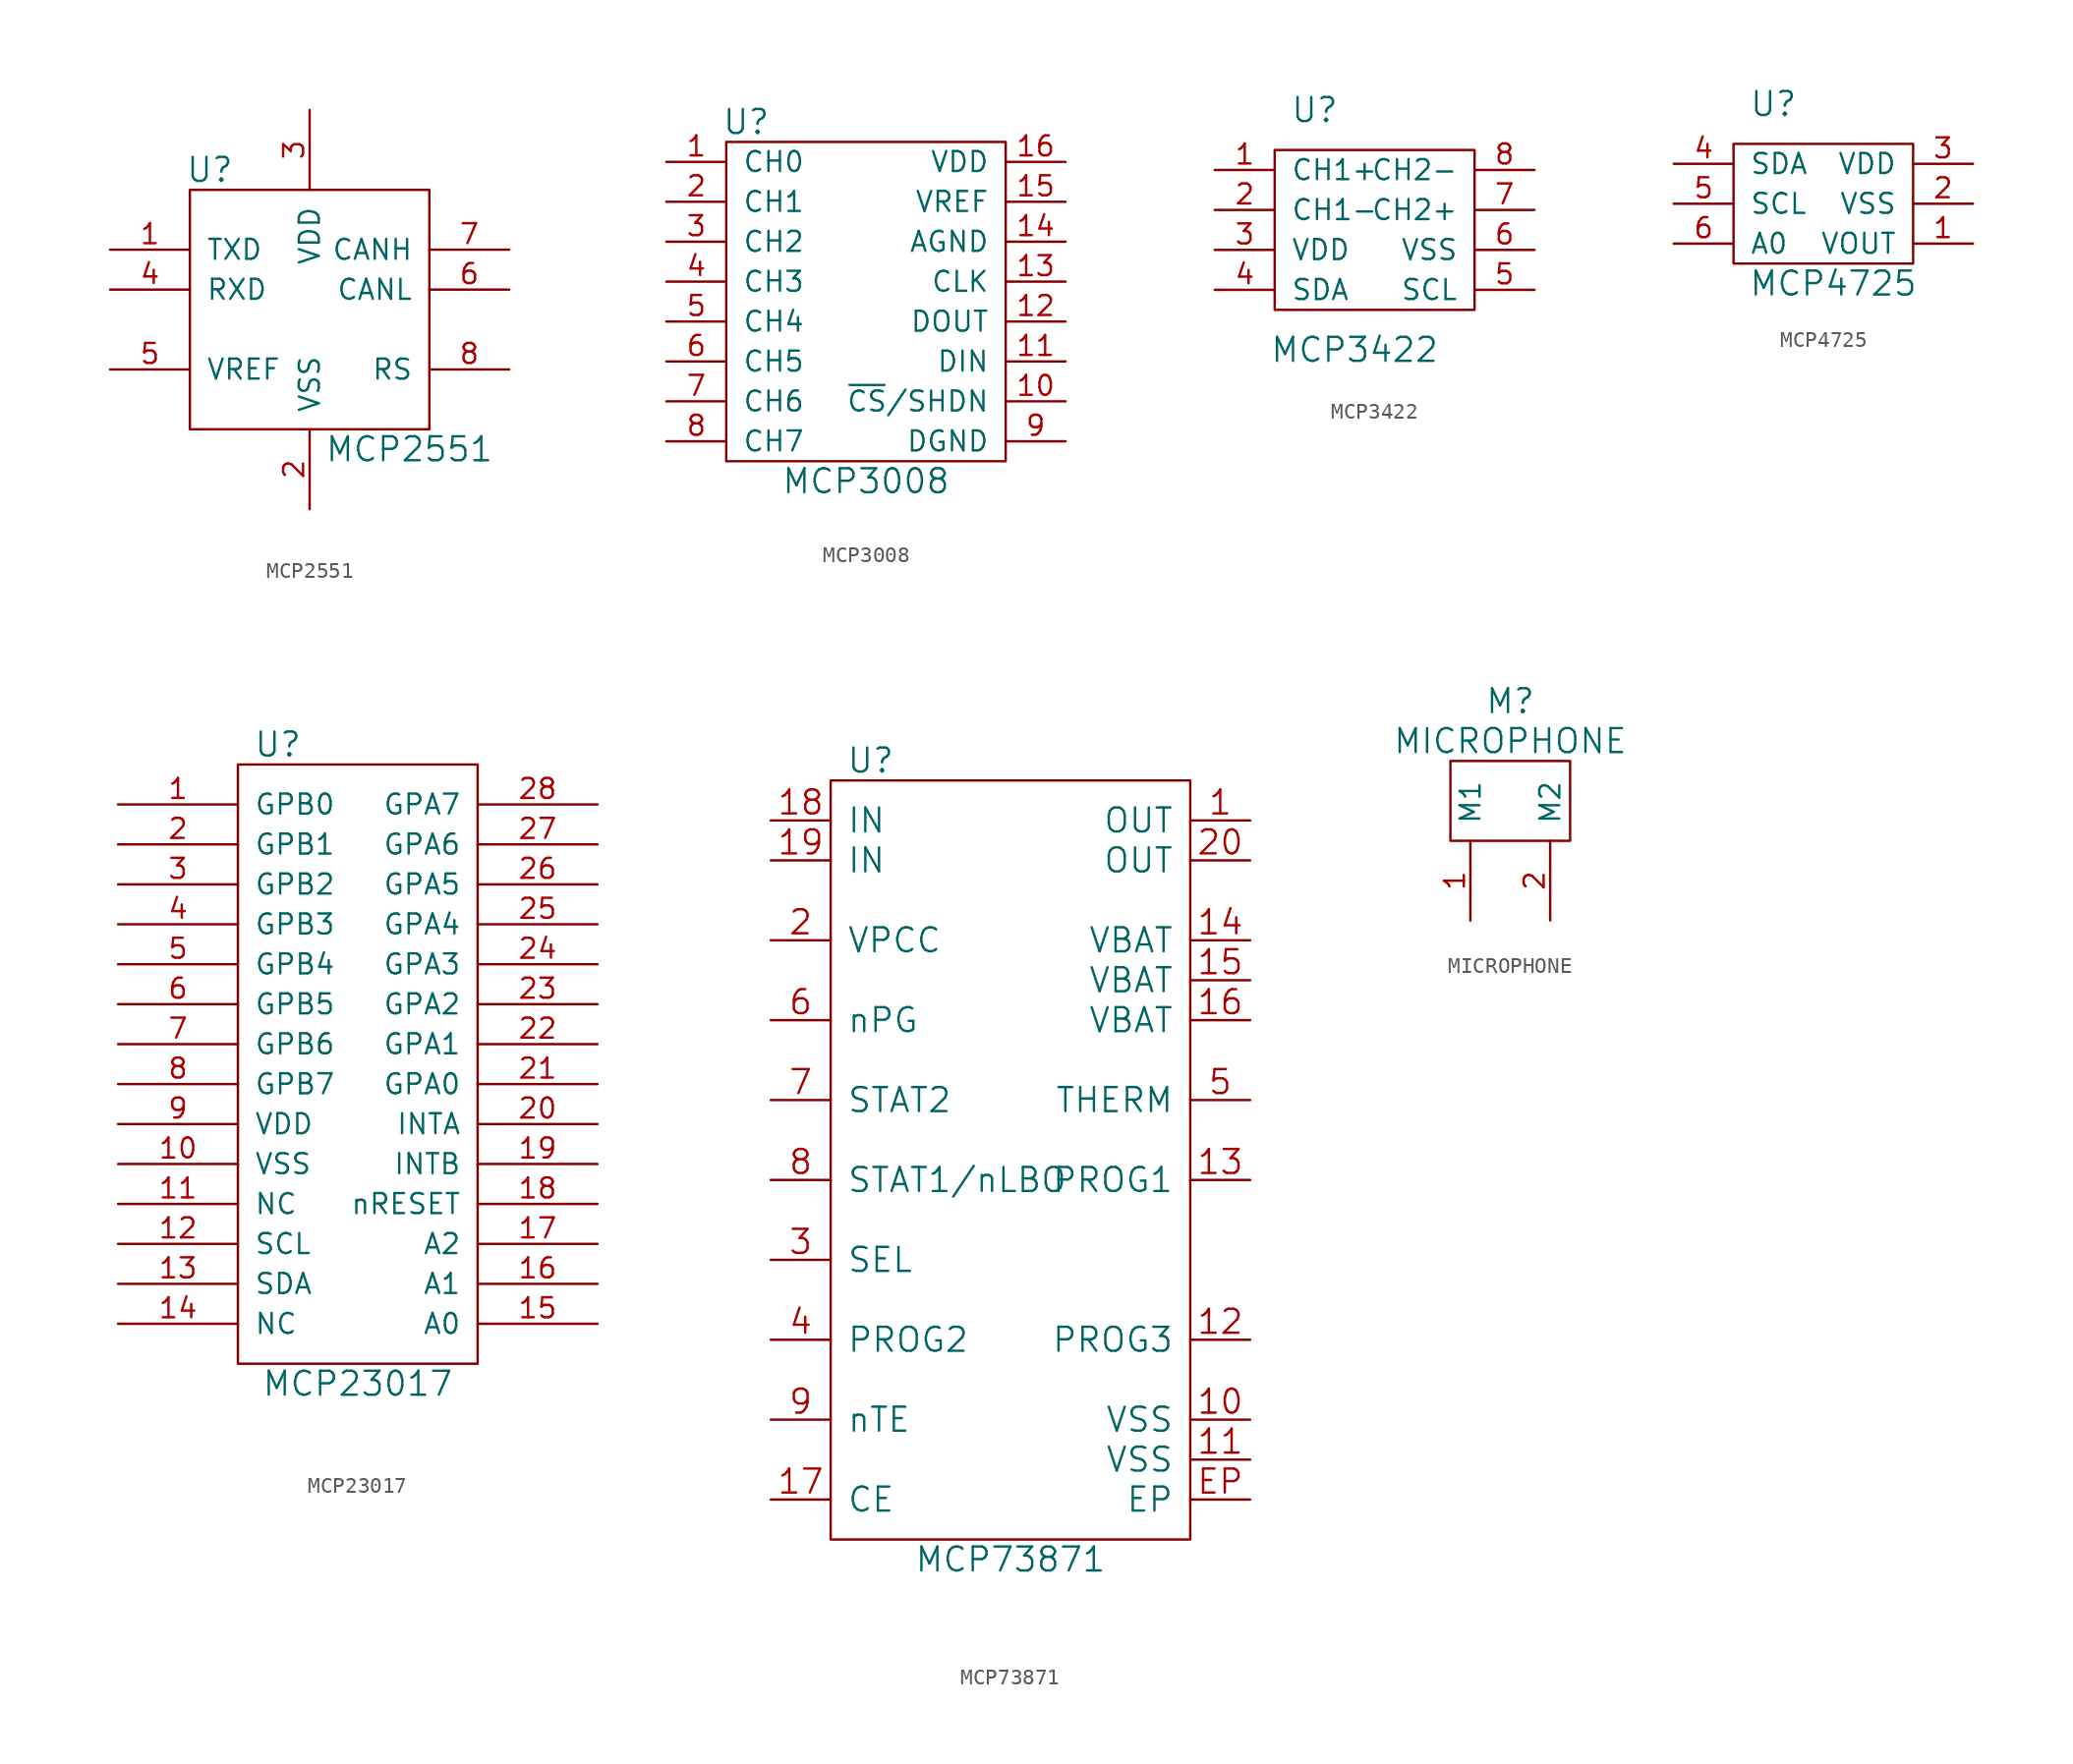
<source format=kicad_sym>
(kicad_symbol_lib
  (version 20211014)
  (generator kicad_symbol_editor)
  (symbol "MCP2551"
    (pin_names
      (offset 1.016))
    (property "Reference" "U"
      (at -6.35 8.89 0)
      (effects (font (size 1.524 1.524))))
    (property "Value" "MCP2551"
      (at 6.35 -8.89 0)
      (effects (font (size 1.524 1.524))))
    (property "Footprint" ""
      (at 0 0 0)
      (effects (font (size 1.524 1.524))))
    (property "Datasheet" ""
      (at 0 0 0)
      (effects (font (size 1.524 1.524))))
    (symbol "MCP2551_0_1"
      (rectangle (start -7.62 7.62) (end 7.62 -7.62) (stroke (width 0) (type default) (color 0 0 0 0)) (fill (type none))))
    (symbol "MCP2551_1_1"
      (pin output line (at -12.7 3.81 0) (length 5.08) (name "TXD" (effects (font (size 1.27 1.27)))) (number "1" (effects (font (size 1.27 1.27)))))
      (pin power_in line (at 0 -12.7 90) (length 5.08) (name "VSS" (effects (font (size 1.27 1.27)))) (number "2" (effects (font (size 1.27 1.27)))))
      (pin power_in line (at 0 12.7 270) (length 5.08) (name "VDD" (effects (font (size 1.27 1.27)))) (number "3" (effects (font (size 1.27 1.27)))))
      (pin input line (at -12.7 1.27 0) (length 5.08) (name "RXD" (effects (font (size 1.27 1.27)))) (number "4" (effects (font (size 1.27 1.27)))))
      (pin output line (at -12.7 -3.81 0) (length 5.08) (name "VREF" (effects (font (size 1.27 1.27)))) (number "5" (effects (font (size 1.27 1.27)))))
      (pin passive line (at 12.7 1.27 180) (length 5.08) (name "CANL" (effects (font (size 1.27 1.27)))) (number "6" (effects (font (size 1.27 1.27)))))
      (pin passive line (at 12.7 3.81 180) (length 5.08) (name "CANH" (effects (font (size 1.27 1.27)))) (number "7" (effects (font (size 1.27 1.27)))))
      (pin passive line (at 12.7 -3.81 180) (length 5.08) (name "RS" (effects (font (size 1.27 1.27)))) (number "8" (effects (font (size 1.27 1.27)))))))
  (symbol "MCP3008"
    (pin_names
      (offset 1.016))
    (property "Reference" "U"
      (at -7.62 11.43 0)
      (effects (font (size 1.524 1.524))))
    (property "Value" "MCP3008"
      (at 0 -11.43 0)
      (effects (font (size 1.524 1.524))))
    (property "Footprint" ""
      (at 0 0 0)
      (effects (font (size 1.524 1.524))))
    (property "Datasheet" ""
      (at 0 0 0)
      (effects (font (size 1.524 1.524))))
    (symbol "MCP3008_0_1"
      (rectangle (start -8.89 10.16) (end 8.89 -10.16) (stroke (width 0) (type default) (color 0 0 0 0)) (fill (type none))))
    (symbol "MCP3008_1_1"
      (pin passive line (at -12.7 8.89 0) (length 3.81) (name "CH0" (effects (font (size 1.27 1.27)))) (number "1" (effects (font (size 1.27 1.27)))))
      (pin passive line (at 12.7 -6.35 180) (length 3.81) (name "~{CS}/SHDN" (effects (font (size 1.27 1.27)))) (number "10" (effects (font (size 1.27 1.27)))))
      (pin passive line (at 12.7 -3.81 180) (length 3.81) (name "DIN" (effects (font (size 1.27 1.27)))) (number "11" (effects (font (size 1.27 1.27)))))
      (pin passive line (at 12.7 -1.27 180) (length 3.81) (name "DOUT" (effects (font (size 1.27 1.27)))) (number "12" (effects (font (size 1.27 1.27)))))
      (pin passive line (at 12.7 1.27 180) (length 3.81) (name "CLK" (effects (font (size 1.27 1.27)))) (number "13" (effects (font (size 1.27 1.27)))))
      (pin passive line (at 12.7 3.81 180) (length 3.81) (name "AGND" (effects (font (size 1.27 1.27)))) (number "14" (effects (font (size 1.27 1.27)))))
      (pin passive line (at 12.7 6.35 180) (length 3.81) (name "VREF" (effects (font (size 1.27 1.27)))) (number "15" (effects (font (size 1.27 1.27)))))
      (pin passive line (at 12.7 8.89 180) (length 3.81) (name "VDD" (effects (font (size 1.27 1.27)))) (number "16" (effects (font (size 1.27 1.27)))))
      (pin passive line (at -12.7 6.35 0) (length 3.81) (name "CH1" (effects (font (size 1.27 1.27)))) (number "2" (effects (font (size 1.27 1.27)))))
      (pin passive line (at -12.7 3.81 0) (length 3.81) (name "CH2" (effects (font (size 1.27 1.27)))) (number "3" (effects (font (size 1.27 1.27)))))
      (pin passive line (at -12.7 1.27 0) (length 3.81) (name "CH3" (effects (font (size 1.27 1.27)))) (number "4" (effects (font (size 1.27 1.27)))))
      (pin passive line (at -12.7 -1.27 0) (length 3.81) (name "CH4" (effects (font (size 1.27 1.27)))) (number "5" (effects (font (size 1.27 1.27)))))
      (pin passive line (at -12.7 -3.81 0) (length 3.81) (name "CH5" (effects (font (size 1.27 1.27)))) (number "6" (effects (font (size 1.27 1.27)))))
      (pin passive line (at -12.7 -6.35 0) (length 3.81) (name "CH6" (effects (font (size 1.27 1.27)))) (number "7" (effects (font (size 1.27 1.27)))))
      (pin passive line (at -12.7 -8.89 0) (length 3.81) (name "CH7" (effects (font (size 1.27 1.27)))) (number "8" (effects (font (size 1.27 1.27)))))
      (pin passive line (at 12.7 -8.89 180) (length 3.81) (name "DGND" (effects (font (size 1.27 1.27)))) (number "9" (effects (font (size 1.27 1.27)))))))
  (symbol "MCP3422"
    (pin_names
      (offset 1.016))
    (property "Reference" "U"
      (at -3.81 7.62 0)
      (effects (font (size 1.524 1.524))))
    (property "Value" "MCP3422"
      (at -1.27 -7.62 0)
      (effects (font (size 1.524 1.524))))
    (property "Footprint" ""
      (at 0 0 0)
      (effects (font (size 1.524 1.524))))
    (property "Datasheet" ""
      (at 0 0 0)
      (effects (font (size 1.524 1.524))))
    (symbol "MCP3422_0_1"
      (rectangle (start -6.35 5.08) (end 6.35 -5.08) (stroke (width 0) (type default) (color 0 0 0 0)) (fill (type none))))
    (symbol "MCP3422_1_1"
      (pin input line (at -10.16 3.81 0) (length 3.81) (name "CH1+" (effects (font (size 1.27 1.27)))) (number "1" (effects (font (size 1.27 1.27)))))
      (pin input line (at -10.16 1.27 0) (length 3.81) (name "CH1-" (effects (font (size 1.27 1.27)))) (number "2" (effects (font (size 1.27 1.27)))))
      (pin power_in line (at -10.16 -1.27 0) (length 3.81) (name "VDD" (effects (font (size 1.27 1.27)))) (number "3" (effects (font (size 1.27 1.27)))))
      (pin passive line (at -10.16 -3.81 0) (length 3.81) (name "SDA" (effects (font (size 1.27 1.27)))) (number "4" (effects (font (size 1.27 1.27)))))
      (pin passive line (at 10.16 -3.81 180) (length 3.81) (name "SCL" (effects (font (size 1.27 1.27)))) (number "5" (effects (font (size 1.27 1.27)))))
      (pin passive line (at 10.16 -1.27 180) (length 3.81) (name "VSS" (effects (font (size 1.27 1.27)))) (number "6" (effects (font (size 1.27 1.27)))))
      (pin passive line (at 10.16 1.27 180) (length 3.81) (name "CH2+" (effects (font (size 1.27 1.27)))) (number "7" (effects (font (size 1.27 1.27)))))
      (pin passive line (at 10.16 3.81 180) (length 3.81) (name "CH2-" (effects (font (size 1.27 1.27)))) (number "8" (effects (font (size 1.27 1.27)))))))
  (symbol "MCP4725"
    (pin_names
      (offset 1.016))
    (property "Reference" "U"
      (at -3.81 6.35 0)
      (effects (font (size 1.524 1.524))))
    (property "Value" "MCP4725"
      (at 0 -5.08 0)
      (effects (font (size 1.524 1.524))))
    (property "Footprint" ""
      (at 0 0 0)
      (effects (font (size 1.524 1.524))))
    (property "Datasheet" ""
      (at 0 0 0)
      (effects (font (size 1.524 1.524))))
    (symbol "MCP4725_0_1"
      (rectangle (start -6.35 3.81) (end 5.08 -3.81) (stroke (width 0) (type default) (color 0 0 0 0)) (fill (type none))))
    (symbol "MCP4725_1_1"
      (pin output line (at 8.89 -2.54 180) (length 3.81) (name "VOUT" (effects (font (size 1.27 1.27)))) (number "1" (effects (font (size 1.27 1.27)))))
      (pin passive line (at 8.89 0 180) (length 3.81) (name "VSS" (effects (font (size 1.27 1.27)))) (number "2" (effects (font (size 1.27 1.27)))))
      (pin passive line (at 8.89 2.54 180) (length 3.81) (name "VDD" (effects (font (size 1.27 1.27)))) (number "3" (effects (font (size 1.27 1.27)))))
      (pin passive line (at -10.16 2.54 0) (length 3.81) (name "SDA" (effects (font (size 1.27 1.27)))) (number "4" (effects (font (size 1.27 1.27)))))
      (pin passive line (at -10.16 0 0) (length 3.81) (name "SCL" (effects (font (size 1.27 1.27)))) (number "5" (effects (font (size 1.27 1.27)))))
      (pin passive line (at -10.16 -2.54 0) (length 3.81) (name "A0" (effects (font (size 1.27 1.27)))) (number "6" (effects (font (size 1.27 1.27)))))))
  (symbol "MCP23017"
    (pin_names
      (offset 1.016))
    (property "Reference" "U"
      (at -5.08 20.32 0)
      (effects (font (size 1.524 1.524))))
    (property "Value" "MCP23017"
      (at 0 -20.32 0)
      (effects (font (size 1.524 1.524))))
    (property "Footprint" ""
      (at 0 0 0)
      (effects (font (size 1.524 1.524))))
    (property "Datasheet" ""
      (at 0 0 0)
      (effects (font (size 1.524 1.524))))
    (symbol "MCP23017_0_1"
      (rectangle (start -7.62 19.05) (end 7.62 -19.05) (stroke (width 0) (type default) (color 0 0 0 0)) (fill (type none))))
    (symbol "MCP23017_1_1"
      (pin passive line (at -15.24 16.51 0) (length 7.62) (name "GPB0" (effects (font (size 1.27 1.27)))) (number "1" (effects (font (size 1.27 1.27)))))
      (pin passive line (at -15.24 -6.35 0) (length 7.62) (name "VSS" (effects (font (size 1.27 1.27)))) (number "10" (effects (font (size 1.27 1.27)))))
      (pin input line (at -15.24 -8.89 0) (length 7.62) (name "NC" (effects (font (size 1.27 1.27)))) (number "11" (effects (font (size 1.27 1.27)))))
      (pin passive line (at -15.24 -11.43 0) (length 7.62) (name "SCL" (effects (font (size 1.27 1.27)))) (number "12" (effects (font (size 1.27 1.27)))))
      (pin passive line (at -15.24 -13.97 0) (length 7.62) (name "SDA" (effects (font (size 1.27 1.27)))) (number "13" (effects (font (size 1.27 1.27)))))
      (pin input line (at -15.24 -16.51 0) (length 7.62) (name "NC" (effects (font (size 1.27 1.27)))) (number "14" (effects (font (size 1.27 1.27)))))
      (pin passive line (at 15.24 -16.51 180) (length 7.62) (name "A0" (effects (font (size 1.27 1.27)))) (number "15" (effects (font (size 1.27 1.27)))))
      (pin passive line (at 15.24 -13.97 180) (length 7.62) (name "A1" (effects (font (size 1.27 1.27)))) (number "16" (effects (font (size 1.27 1.27)))))
      (pin passive line (at 15.24 -11.43 180) (length 7.62) (name "A2" (effects (font (size 1.27 1.27)))) (number "17" (effects (font (size 1.27 1.27)))))
      (pin passive line (at 15.24 -8.89 180) (length 7.62) (name "nRESET" (effects (font (size 1.27 1.27)))) (number "18" (effects (font (size 1.27 1.27)))))
      (pin passive line (at 15.24 -6.35 180) (length 7.62) (name "INTB" (effects (font (size 1.27 1.27)))) (number "19" (effects (font (size 1.27 1.27)))))
      (pin passive line (at -15.24 13.97 0) (length 7.62) (name "GPB1" (effects (font (size 1.27 1.27)))) (number "2" (effects (font (size 1.27 1.27)))))
      (pin passive line (at 15.24 -3.81 180) (length 7.62) (name "INTA" (effects (font (size 1.27 1.27)))) (number "20" (effects (font (size 1.27 1.27)))))
      (pin passive line (at 15.24 -1.27 180) (length 7.62) (name "GPA0" (effects (font (size 1.27 1.27)))) (number "21" (effects (font (size 1.27 1.27)))))
      (pin passive line (at 15.24 1.27 180) (length 7.62) (name "GPA1" (effects (font (size 1.27 1.27)))) (number "22" (effects (font (size 1.27 1.27)))))
      (pin passive line (at 15.24 3.81 180) (length 7.62) (name "GPA2" (effects (font (size 1.27 1.27)))) (number "23" (effects (font (size 1.27 1.27)))))
      (pin passive line (at 15.24 6.35 180) (length 7.62) (name "GPA3" (effects (font (size 1.27 1.27)))) (number "24" (effects (font (size 1.27 1.27)))))
      (pin passive line (at 15.24 8.89 180) (length 7.62) (name "GPA4" (effects (font (size 1.27 1.27)))) (number "25" (effects (font (size 1.27 1.27)))))
      (pin passive line (at 15.24 11.43 180) (length 7.62) (name "GPA5" (effects (font (size 1.27 1.27)))) (number "26" (effects (font (size 1.27 1.27)))))
      (pin passive line (at 15.24 13.97 180) (length 7.62) (name "GPA6" (effects (font (size 1.27 1.27)))) (number "27" (effects (font (size 1.27 1.27)))))
      (pin passive line (at 15.24 16.51 180) (length 7.62) (name "GPA7" (effects (font (size 1.27 1.27)))) (number "28" (effects (font (size 1.27 1.27)))))
      (pin passive line (at -15.24 11.43 0) (length 7.62) (name "GPB2" (effects (font (size 1.27 1.27)))) (number "3" (effects (font (size 1.27 1.27)))))
      (pin passive line (at -15.24 8.89 0) (length 7.62) (name "GPB3" (effects (font (size 1.27 1.27)))) (number "4" (effects (font (size 1.27 1.27)))))
      (pin passive line (at -15.24 6.35 0) (length 7.62) (name "GPB4" (effects (font (size 1.27 1.27)))) (number "5" (effects (font (size 1.27 1.27)))))
      (pin passive line (at -15.24 3.81 0) (length 7.62) (name "GPB5" (effects (font (size 1.27 1.27)))) (number "6" (effects (font (size 1.27 1.27)))))
      (pin passive line (at -15.24 1.27 0) (length 7.62) (name "GPB6" (effects (font (size 1.27 1.27)))) (number "7" (effects (font (size 1.27 1.27)))))
      (pin passive line (at -15.24 -1.27 0) (length 7.62) (name "GPB7" (effects (font (size 1.27 1.27)))) (number "8" (effects (font (size 1.27 1.27)))))
      (pin passive line (at -15.24 -3.81 0) (length 7.62) (name "VDD" (effects (font (size 1.27 1.27)))) (number "9" (effects (font (size 1.27 1.27)))))))
  (symbol "MCP73871"
    (pin_names
      (offset 1.016))
    (property "Reference" "U"
      (at -8.89 25.4 0)
      (effects (font (size 1.524 1.524))))
    (property "Value" "MCP73871"
      (at 0 -25.4 0)
      (effects (font (size 1.524 1.524))))
    (property "Footprint" ""
      (at -1.27 25.4 0)
      (effects (font (size 1.524 1.524))))
    (property "Datasheet" ""
      (at -1.27 25.4 0)
      (effects (font (size 1.524 1.524))))
    (symbol "MCP73871_0_1"
      (rectangle (start -11.43 24.13) (end 11.43 -24.13) (stroke (width 0) (type default) (color 0 0 0 0)) (fill (type none))))
    (symbol "MCP73871_1_1"
      (pin passive line (at 15.24 21.59 180) (length 3.81) (name "OUT" (effects (font (size 1.524 1.524)))) (number "1" (effects (font (size 1.524 1.524)))))
      (pin passive line (at 15.24 -16.51 180) (length 3.81) (name "VSS" (effects (font (size 1.524 1.524)))) (number "10" (effects (font (size 1.524 1.524)))))
      (pin passive line (at 15.24 -19.05 180) (length 3.81) (name "VSS" (effects (font (size 1.524 1.524)))) (number "11" (effects (font (size 1.524 1.524)))))
      (pin passive line (at 15.24 -11.43 180) (length 3.81) (name "PROG3" (effects (font (size 1.524 1.524)))) (number "12" (effects (font (size 1.524 1.524)))))
      (pin passive line (at 15.24 -1.27 180) (length 3.81) (name "PROG1" (effects (font (size 1.524 1.524)))) (number "13" (effects (font (size 1.524 1.524)))))
      (pin passive line (at 15.24 13.97 180) (length 3.81) (name "VBAT" (effects (font (size 1.524 1.524)))) (number "14" (effects (font (size 1.524 1.524)))))
      (pin passive line (at 15.24 11.43 180) (length 3.81) (name "VBAT" (effects (font (size 1.524 1.524)))) (number "15" (effects (font (size 1.524 1.524)))))
      (pin passive line (at 15.24 8.89 180) (length 3.81) (name "VBAT" (effects (font (size 1.524 1.524)))) (number "16" (effects (font (size 1.524 1.524)))))
      (pin passive line (at -15.24 -21.59 0) (length 3.81) (name "CE" (effects (font (size 1.524 1.524)))) (number "17" (effects (font (size 1.524 1.524)))))
      (pin passive line (at -15.24 21.59 0) (length 3.81) (name "IN" (effects (font (size 1.524 1.524)))) (number "18" (effects (font (size 1.524 1.524)))))
      (pin passive line (at -15.24 19.05 0) (length 3.81) (name "IN" (effects (font (size 1.524 1.524)))) (number "19" (effects (font (size 1.524 1.524)))))
      (pin passive line (at -15.24 13.97 0) (length 3.81) (name "VPCC" (effects (font (size 1.524 1.524)))) (number "2" (effects (font (size 1.524 1.524)))))
      (pin passive line (at 15.24 19.05 180) (length 3.81) (name "OUT" (effects (font (size 1.524 1.524)))) (number "20" (effects (font (size 1.524 1.524)))))
      (pin passive line (at -15.24 -6.35 0) (length 3.81) (name "SEL" (effects (font (size 1.524 1.524)))) (number "3" (effects (font (size 1.524 1.524)))))
      (pin passive line (at -15.24 -11.43 0) (length 3.81) (name "PROG2" (effects (font (size 1.524 1.524)))) (number "4" (effects (font (size 1.524 1.524)))))
      (pin passive line (at 15.24 3.81 180) (length 3.81) (name "THERM" (effects (font (size 1.524 1.524)))) (number "5" (effects (font (size 1.524 1.524)))))
      (pin passive line (at -15.24 8.89 0) (length 3.81) (name "nPG" (effects (font (size 1.524 1.524)))) (number "6" (effects (font (size 1.524 1.524)))))
      (pin passive line (at -15.24 3.81 0) (length 3.81) (name "STAT2" (effects (font (size 1.524 1.524)))) (number "7" (effects (font (size 1.524 1.524)))))
      (pin passive line (at -15.24 -1.27 0) (length 3.81) (name "STAT1/nLBO" (effects (font (size 1.524 1.524)))) (number "8" (effects (font (size 1.524 1.524)))))
      (pin passive line (at -15.24 -16.51 0) (length 3.81) (name "nTE" (effects (font (size 1.524 1.524)))) (number "9" (effects (font (size 1.524 1.524)))))
      (pin passive line (at 15.24 -21.59 180) (length 3.81) (name "EP" (effects (font (size 1.524 1.524)))) (number "EP" (effects (font (size 1.524 1.524)))))))
  (symbol "MICROPHONE"
    (pin_names
      (offset 1.016))
    (property "Reference" "M"
      (at 0 8.89 0)
      (effects (font (size 1.524 1.524))))
    (property "Value" "MICROPHONE"
      (at 0 6.35 0)
      (effects (font (size 1.524 1.524))))
    (property "Footprint" ""
      (at 0 0 0)
      (effects (font (size 1.524 1.524))))
    (property "Datasheet" ""
      (at 0 0 0)
      (effects (font (size 1.524 1.524))))
    (symbol "MICROPHONE_0_1"
      (rectangle (start -3.81 5.08) (end 3.81 0) (stroke (width 0) (type default) (color 0 0 0 0)) (fill (type none))))
    (symbol "MICROPHONE_1_1"
      (pin input line (at -2.54 -5.08 90) (length 5.08) (name "M1" (effects (font (size 1.27 1.27)))) (number "1" (effects (font (size 1.27 1.27)))))
      (pin input line (at 2.54 -5.08 90) (length 5.08) (name "M2" (effects (font (size 1.27 1.27)))) (number "2" (effects (font (size 1.27 1.27))))))))
</source>
